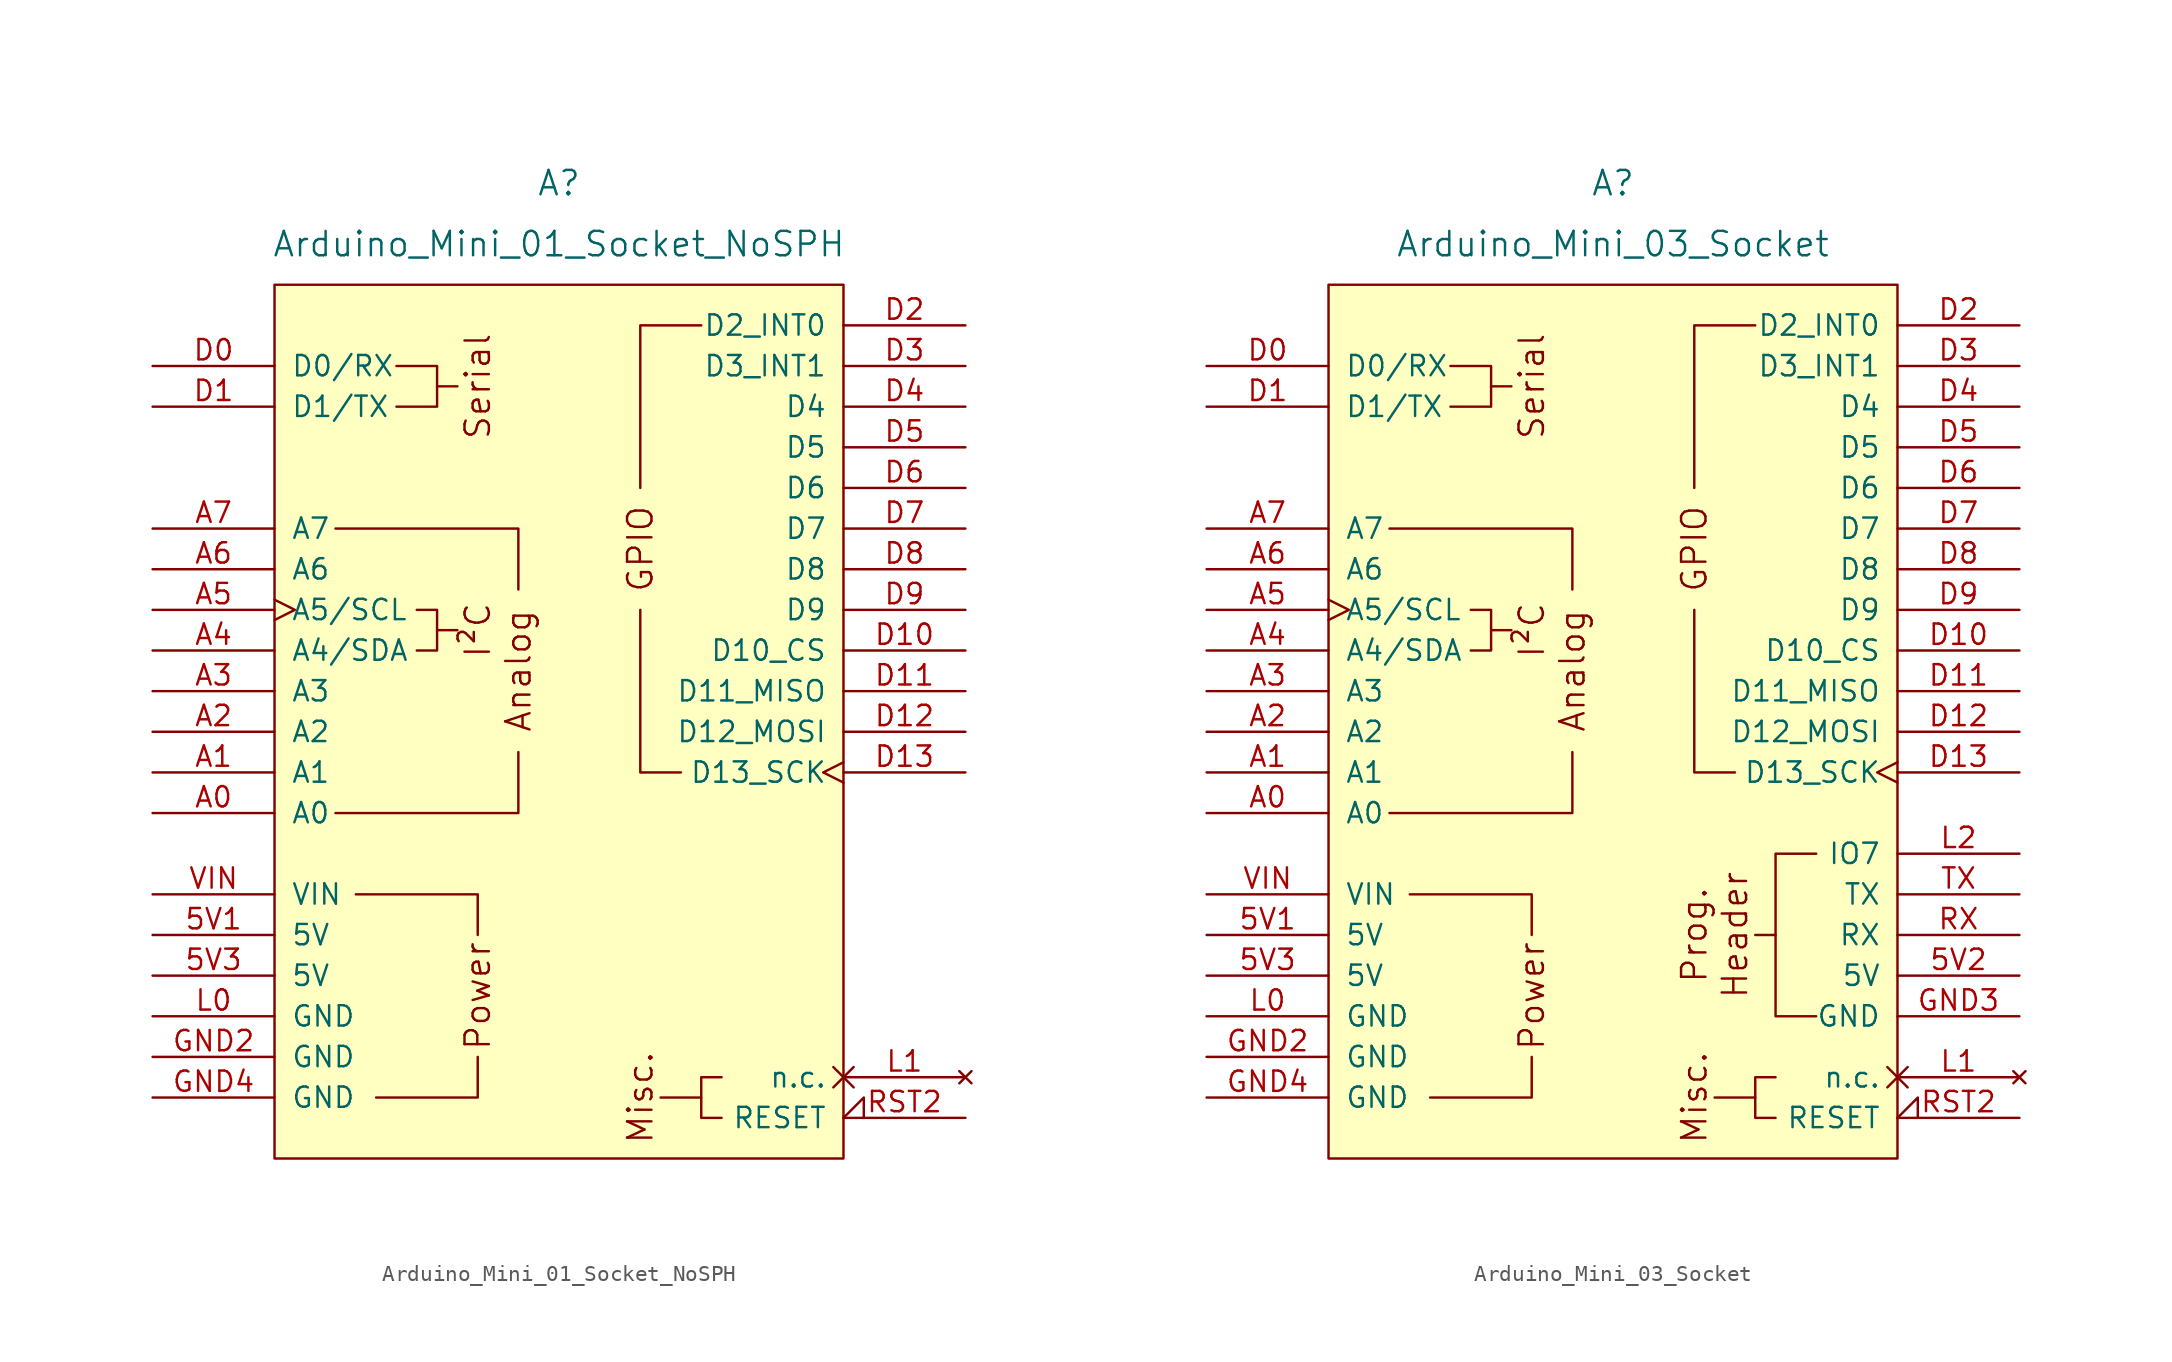
<source format=kicad_sym>
(kicad_symbol_lib
  (version 20241209)
  (generator "kicad_symbol_editor")
  (generator_version "9.0")
  (symbol "Arduino_Mini_01_Socket_NoSPH"
    (pin_names
      (offset 1.016))
    (property "Reference" "A"
      (at 0 34.29 0)
      (effects (font (size 1.524 1.524))))
    (property "Value" "Arduino_Mini_01_Socket_NoSPH"
      (at 0 30.48 0)
      (effects (font (size 1.524 1.524))))
    (symbol "Arduino_Mini_01_Socket_NoSPH_0_0"
      (rectangle (start -17.78 27.94) (end 17.78 -26.67) (stroke (width 0) (type default)) (fill (type background)))
      (polyline (pts (xy -11.43 -22.86) (xy -5.08 -22.86) (xy -5.08 -20.32)) (stroke (width 0) (type default)) (fill (type none)))
      (polyline (pts (xy -10.16 22.86) (xy -7.62 22.86) (xy -7.62 20.32) (xy -10.16 20.32)) (stroke (width 0) (type default)) (fill (type none)))
      (polyline (pts (xy -8.89 7.62) (xy -7.62 7.62) (xy -7.62 5.08) (xy -8.89 5.08)) (stroke (width 0) (type default)) (fill (type none)))
      (polyline (pts (xy -7.62 21.59) (xy -6.35 21.59)) (stroke (width 0) (type default)) (fill (type none)))
      (polyline (pts (xy -7.62 6.35) (xy -6.35 6.35)) (stroke (width 0) (type default)) (fill (type none)))
      (polyline (pts (xy -5.08 -12.7) (xy -5.08 -10.16) (xy -12.7 -10.16)) (stroke (width 0) (type default)) (fill (type none)))
      (polyline (pts (xy -2.54 8.89) (xy -2.54 12.7) (xy -13.97 12.7)) (stroke (width 0) (type default)) (fill (type none)))
      (polyline (pts (xy -2.54 -1.27) (xy -2.54 -5.08) (xy -13.97 -5.08)) (stroke (width 0) (type default)) (fill (type none)))
      (polyline (pts (xy 8.89 -22.86) (xy 6.35 -22.86)) (stroke (width 0) (type default)) (fill (type none)))
      (text "Serial" (at -5.08 21.59 900) (effects (font (size 1.524 1.524))))
      (text "I²C" (at -5.08 6.35 900) (effects (font (size 1.524 1.524))))
      (text "Power" (at -5.08 -16.51 900) (effects (font (size 1.524 1.524))))
      (text "Analog" (at -2.54 3.81 900) (effects (font (size 1.524 1.524))))
      (text "Misc." (at 5.08 -22.86 900) (effects (font (size 1.524 1.524)))))
    (symbol "Arduino_Mini_01_Socket_NoSPH_0_1"
      (polyline (pts (xy 7.62 -2.54) (xy 5.08 -2.54) (xy 5.08 7.62)) (stroke (width 0) (type default)) (fill (type none)))
      (polyline (pts (xy 8.89 25.4) (xy 5.08 25.4) (xy 5.08 15.24)) (stroke (width 0) (type default)) (fill (type none)))
      (polyline (pts (xy 10.16 -21.59) (xy 8.89 -21.59) (xy 8.89 -24.13) (xy 10.16 -24.13)) (stroke (width 0) (type default)) (fill (type none))))
    (symbol "Arduino_Mini_01_Socket_NoSPH_1_0"
      (text "GPIO" (at 5.08 11.43 900) (effects (font (size 1.524 1.524)))))
    (symbol "Arduino_Mini_01_Socket_NoSPH_1_1"
      (pin bidirectional line (at -25.4 22.86 0) (length 7.62) (name "D0/RX" (effects (font (size 1.27 1.27)))) (number "D0" (effects (font (size 1.27 1.27)))))
      (pin bidirectional line (at -25.4 20.32 0) (length 7.62) (name "D1/TX" (effects (font (size 1.27 1.27)))) (number "D1" (effects (font (size 1.27 1.27)))))
      (pin input line (at -25.4 12.7 0) (length 7.62) (name "A7" (effects (font (size 1.27 1.27)))) (number "A7" (effects (font (size 1.27 1.27)))))
      (pin input line (at -25.4 10.16 0) (length 7.62) (name "A6" (effects (font (size 1.27 1.27)))) (number "A6" (effects (font (size 1.27 1.27)))))
      (pin bidirectional clock (at -25.4 7.62 0) (length 7.62) (name "A5/SCL" (effects (font (size 1.27 1.27)))) (number "A5" (effects (font (size 1.27 1.27)))))
      (pin bidirectional line (at -25.4 5.08 0) (length 7.62) (name "A4/SDA" (effects (font (size 1.27 1.27)))) (number "A4" (effects (font (size 1.27 1.27)))))
      (pin bidirectional line (at -25.4 2.54 0) (length 7.62) (name "A3" (effects (font (size 1.27 1.27)))) (number "A3" (effects (font (size 1.27 1.27)))))
      (pin bidirectional line (at -25.4 0 0) (length 7.62) (name "A2" (effects (font (size 1.27 1.27)))) (number "A2" (effects (font (size 1.27 1.27)))))
      (pin bidirectional line (at -25.4 -2.54 0) (length 7.62) (name "A1" (effects (font (size 1.27 1.27)))) (number "A1" (effects (font (size 1.27 1.27)))))
      (pin bidirectional line (at -25.4 -5.08 0) (length 7.62) (name "A0" (effects (font (size 1.27 1.27)))) (number "A0" (effects (font (size 1.27 1.27)))))
      (pin power_in line (at -25.4 -10.16 0) (length 7.62) (name "VIN" (effects (font (size 1.27 1.27)))) (number "VIN" (effects (font (size 1.27 1.27)))))
      (pin power_in line (at -25.4 -12.7 0) (length 7.62) (name "5V" (effects (font (size 1.27 1.27)))) (number "5V1" (effects (font (size 1.27 1.27)))))
      (pin power_in line (at -25.4 -15.24 0) (length 7.62) (name "5V" (effects (font (size 1.27 1.27)))) (number "5V3" (effects (font (size 1.27 1.27)))))
      (pin power_in line (at -25.4 -17.78 0) (length 7.62) (name "GND" (effects (font (size 1.27 1.27)))) (number "L0" (effects (font (size 1.27 1.27)))))
      (pin power_in line (at -25.4 -20.32 0) (length 7.62) (name "GND" (effects (font (size 1.27 1.27)))) (number "GND2" (effects (font (size 1.27 1.27)))))
      (pin power_in line (at -25.4 -22.86 0) (length 7.62) (name "GND" (effects (font (size 1.27 1.27)))) (number "GND4" (effects (font (size 1.27 1.27)))))
      (pin bidirectional line (at 25.4 25.4 180) (length 7.62) (name "D2_INT0" (effects (font (size 1.27 1.27)))) (number "D2" (effects (font (size 1.27 1.27)))))
      (pin bidirectional line (at 25.4 22.86 180) (length 7.62) (name "D3_INT1" (effects (font (size 1.27 1.27)))) (number "D3" (effects (font (size 1.27 1.27)))))
      (pin bidirectional line (at 25.4 20.32 180) (length 7.62) (name "D4" (effects (font (size 1.27 1.27)))) (number "D4" (effects (font (size 1.27 1.27)))))
      (pin bidirectional line (at 25.4 17.78 180) (length 7.62) (name "D5" (effects (font (size 1.27 1.27)))) (number "D5" (effects (font (size 1.27 1.27)))))
      (pin bidirectional line (at 25.4 15.24 180) (length 7.62) (name "D6" (effects (font (size 1.27 1.27)))) (number "D6" (effects (font (size 1.27 1.27)))))
      (pin bidirectional line (at 25.4 12.7 180) (length 7.62) (name "D7" (effects (font (size 1.27 1.27)))) (number "D7" (effects (font (size 1.27 1.27)))))
      (pin bidirectional line (at 25.4 10.16 180) (length 7.62) (name "D8" (effects (font (size 1.27 1.27)))) (number "D8" (effects (font (size 1.27 1.27)))))
      (pin bidirectional line (at 25.4 7.62 180) (length 7.62) (name "D9" (effects (font (size 1.27 1.27)))) (number "D9" (effects (font (size 1.27 1.27)))))
      (pin bidirectional line (at 25.4 5.08 180) (length 7.62) (name "D10_CS" (effects (font (size 1.27 1.27)))) (number "D10" (effects (font (size 1.27 1.27)))))
      (pin bidirectional line (at 25.4 2.54 180) (length 7.62) (name "D11_MISO" (effects (font (size 1.27 1.27)))) (number "D11" (effects (font (size 1.27 1.27)))))
      (pin bidirectional line (at 25.4 0 180) (length 7.62) (name "D12_MOSI" (effects (font (size 1.27 1.27)))) (number "D12" (effects (font (size 1.27 1.27)))))
      (pin bidirectional clock (at 25.4 -2.54 180) (length 7.62) (name "D13_SCK" (effects (font (size 1.27 1.27)))) (number "D13" (effects (font (size 1.27 1.27)))))
      (pin no_connect non_logic (at 25.4 -21.59 180) (length 7.62) (name "n.c." (effects (font (size 1.27 1.27)))) (number "L1" (effects (font (size 1.27 1.27)))))
      (pin open_collector input_low (at 25.4 -24.13 180) (length 7.62) (name "RESET" (effects (font (size 1.27 1.27)))) (number "RST2" (effects (font (size 1.27 1.27)))))))
  (symbol "Arduino_Mini_03_Socket"
    (pin_names
      (offset 1.016))
    (property "Reference" "A"
      (at 0 34.29 0)
      (effects (font (size 1.524 1.524))))
    (property "Value" "Arduino_Mini_03_Socket"
      (at 0 30.48 0)
      (effects (font (size 1.524 1.524))))
    (symbol "Arduino_Mini_03_Socket_0_0"
      (rectangle (start -17.78 27.94) (end 17.78 -26.67) (stroke (width 0) (type default)) (fill (type background)))
      (polyline (pts (xy -11.43 -22.86) (xy -5.08 -22.86) (xy -5.08 -20.32)) (stroke (width 0) (type default)) (fill (type none)))
      (polyline (pts (xy -10.16 22.86) (xy -7.62 22.86) (xy -7.62 20.32) (xy -10.16 20.32)) (stroke (width 0) (type default)) (fill (type none)))
      (polyline (pts (xy -8.89 7.62) (xy -7.62 7.62) (xy -7.62 5.08) (xy -8.89 5.08)) (stroke (width 0) (type default)) (fill (type none)))
      (polyline (pts (xy -7.62 21.59) (xy -6.35 21.59)) (stroke (width 0) (type default)) (fill (type none)))
      (polyline (pts (xy -7.62 6.35) (xy -6.35 6.35)) (stroke (width 0) (type default)) (fill (type none)))
      (polyline (pts (xy -5.08 -12.7) (xy -5.08 -10.16) (xy -12.7 -10.16)) (stroke (width 0) (type default)) (fill (type none)))
      (polyline (pts (xy -2.54 8.89) (xy -2.54 12.7) (xy -13.97 12.7)) (stroke (width 0) (type default)) (fill (type none)))
      (polyline (pts (xy -2.54 -1.27) (xy -2.54 -5.08) (xy -13.97 -5.08)) (stroke (width 0) (type default)) (fill (type none)))
      (polyline (pts (xy 8.89 -22.86) (xy 6.35 -22.86)) (stroke (width 0) (type default)) (fill (type none)))
      (polyline (pts (xy 10.16 -12.7) (xy 10.16 -17.78) (xy 12.7 -17.78)) (stroke (width 0) (type default)) (fill (type none)))
      (polyline (pts (xy 12.7 -7.62) (xy 10.16 -7.62) (xy 10.16 -12.7) (xy 8.89 -12.7)) (stroke (width 0) (type default)) (fill (type none)))
      (text "Serial" (at -5.08 21.59 900) (effects (font (size 1.524 1.524))))
      (text "I²C" (at -5.08 6.35 900) (effects (font (size 1.524 1.524))))
      (text "Power" (at -5.08 -16.51 900) (effects (font (size 1.524 1.524))))
      (text "Analog" (at -2.54 3.81 900) (effects (font (size 1.524 1.524))))
      (text "Prog." (at 5.08 -12.7 900) (effects (font (size 1.524 1.524))))
      (text "Misc." (at 5.08 -22.86 900) (effects (font (size 1.524 1.524))))
      (text "Header" (at 7.62 -12.7 900) (effects (font (size 1.524 1.524)))))
    (symbol "Arduino_Mini_03_Socket_0_1"
      (polyline (pts (xy 7.62 -2.54) (xy 5.08 -2.54) (xy 5.08 7.62)) (stroke (width 0) (type default)) (fill (type none)))
      (polyline (pts (xy 8.89 25.4) (xy 5.08 25.4) (xy 5.08 15.24)) (stroke (width 0) (type default)) (fill (type none)))
      (polyline (pts (xy 10.16 -21.59) (xy 8.89 -21.59) (xy 8.89 -24.13) (xy 10.16 -24.13)) (stroke (width 0) (type default)) (fill (type none))))
    (symbol "Arduino_Mini_03_Socket_1_0"
      (text "GPIO" (at 5.08 11.43 900) (effects (font (size 1.524 1.524)))))
    (symbol "Arduino_Mini_03_Socket_1_1"
      (pin bidirectional line (at -25.4 22.86 0) (length 7.62) (name "D0/RX" (effects (font (size 1.27 1.27)))) (number "D0" (effects (font (size 1.27 1.27)))))
      (pin bidirectional line (at -25.4 20.32 0) (length 7.62) (name "D1/TX" (effects (font (size 1.27 1.27)))) (number "D1" (effects (font (size 1.27 1.27)))))
      (pin input line (at -25.4 12.7 0) (length 7.62) (name "A7" (effects (font (size 1.27 1.27)))) (number "A7" (effects (font (size 1.27 1.27)))))
      (pin input line (at -25.4 10.16 0) (length 7.62) (name "A6" (effects (font (size 1.27 1.27)))) (number "A6" (effects (font (size 1.27 1.27)))))
      (pin bidirectional clock (at -25.4 7.62 0) (length 7.62) (name "A5/SCL" (effects (font (size 1.27 1.27)))) (number "A5" (effects (font (size 1.27 1.27)))))
      (pin bidirectional line (at -25.4 5.08 0) (length 7.62) (name "A4/SDA" (effects (font (size 1.27 1.27)))) (number "A4" (effects (font (size 1.27 1.27)))))
      (pin bidirectional line (at -25.4 2.54 0) (length 7.62) (name "A3" (effects (font (size 1.27 1.27)))) (number "A3" (effects (font (size 1.27 1.27)))))
      (pin bidirectional line (at -25.4 0 0) (length 7.62) (name "A2" (effects (font (size 1.27 1.27)))) (number "A2" (effects (font (size 1.27 1.27)))))
      (pin bidirectional line (at -25.4 -2.54 0) (length 7.62) (name "A1" (effects (font (size 1.27 1.27)))) (number "A1" (effects (font (size 1.27 1.27)))))
      (pin bidirectional line (at -25.4 -5.08 0) (length 7.62) (name "A0" (effects (font (size 1.27 1.27)))) (number "A0" (effects (font (size 1.27 1.27)))))
      (pin power_in line (at -25.4 -10.16 0) (length 7.62) (name "VIN" (effects (font (size 1.27 1.27)))) (number "VIN" (effects (font (size 1.27 1.27)))))
      (pin power_in line (at -25.4 -12.7 0) (length 7.62) (name "5V" (effects (font (size 1.27 1.27)))) (number "5V1" (effects (font (size 1.27 1.27)))))
      (pin power_in line (at -25.4 -15.24 0) (length 7.62) (name "5V" (effects (font (size 1.27 1.27)))) (number "5V3" (effects (font (size 1.27 1.27)))))
      (pin power_in line (at -25.4 -17.78 0) (length 7.62) (name "GND" (effects (font (size 1.27 1.27)))) (number "L0" (effects (font (size 1.27 1.27)))))
      (pin power_in line (at -25.4 -20.32 0) (length 7.62) (name "GND" (effects (font (size 1.27 1.27)))) (number "GND2" (effects (font (size 1.27 1.27)))))
      (pin power_in line (at -25.4 -22.86 0) (length 7.62) (name "GND" (effects (font (size 1.27 1.27)))) (number "GND4" (effects (font (size 1.27 1.27)))))
      (pin bidirectional line (at 25.4 25.4 180) (length 7.62) (name "D2_INT0" (effects (font (size 1.27 1.27)))) (number "D2" (effects (font (size 1.27 1.27)))))
      (pin bidirectional line (at 25.4 22.86 180) (length 7.62) (name "D3_INT1" (effects (font (size 1.27 1.27)))) (number "D3" (effects (font (size 1.27 1.27)))))
      (pin bidirectional line (at 25.4 20.32 180) (length 7.62) (name "D4" (effects (font (size 1.27 1.27)))) (number "D4" (effects (font (size 1.27 1.27)))))
      (pin bidirectional line (at 25.4 17.78 180) (length 7.62) (name "D5" (effects (font (size 1.27 1.27)))) (number "D5" (effects (font (size 1.27 1.27)))))
      (pin bidirectional line (at 25.4 15.24 180) (length 7.62) (name "D6" (effects (font (size 1.27 1.27)))) (number "D6" (effects (font (size 1.27 1.27)))))
      (pin bidirectional line (at 25.4 12.7 180) (length 7.62) (name "D7" (effects (font (size 1.27 1.27)))) (number "D7" (effects (font (size 1.27 1.27)))))
      (pin bidirectional line (at 25.4 10.16 180) (length 7.62) (name "D8" (effects (font (size 1.27 1.27)))) (number "D8" (effects (font (size 1.27 1.27)))))
      (pin bidirectional line (at 25.4 7.62 180) (length 7.62) (name "D9" (effects (font (size 1.27 1.27)))) (number "D9" (effects (font (size 1.27 1.27)))))
      (pin bidirectional line (at 25.4 5.08 180) (length 7.62) (name "D10_CS" (effects (font (size 1.27 1.27)))) (number "D10" (effects (font (size 1.27 1.27)))))
      (pin bidirectional line (at 25.4 2.54 180) (length 7.62) (name "D11_MISO" (effects (font (size 1.27 1.27)))) (number "D11" (effects (font (size 1.27 1.27)))))
      (pin bidirectional line (at 25.4 0 180) (length 7.62) (name "D12_MOSI" (effects (font (size 1.27 1.27)))) (number "D12" (effects (font (size 1.27 1.27)))))
      (pin bidirectional clock (at 25.4 -2.54 180) (length 7.62) (name "D13_SCK" (effects (font (size 1.27 1.27)))) (number "D13" (effects (font (size 1.27 1.27)))))
      (pin bidirectional line (at 25.4 -7.62 180) (length 7.62) (name "IO7" (effects (font (size 1.27 1.27)))) (number "L2" (effects (font (size 1.27 1.27)))))
      (pin bidirectional line (at 25.4 -10.16 180) (length 7.62) (name "TX" (effects (font (size 1.27 1.27)))) (number "TX" (effects (font (size 1.27 1.27)))))
      (pin bidirectional line (at 25.4 -12.7 180) (length 7.62) (name "RX" (effects (font (size 1.27 1.27)))) (number "RX" (effects (font (size 1.27 1.27)))))
      (pin power_in line (at 25.4 -15.24 180) (length 7.62) (name "5V" (effects (font (size 1.27 1.27)))) (number "5V2" (effects (font (size 1.27 1.27)))))
      (pin power_in line (at 25.4 -17.78 180) (length 7.62) (name "GND" (effects (font (size 1.27 1.27)))) (number "GND3" (effects (font (size 1.27 1.27)))))
      (pin no_connect non_logic (at 25.4 -21.59 180) (length 7.62) (name "n.c." (effects (font (size 1.27 1.27)))) (number "L1" (effects (font (size 1.27 1.27)))))
      (pin open_collector input_low (at 25.4 -24.13 180) (length 7.62) (name "RESET" (effects (font (size 1.27 1.27)))) (number "RST2" (effects (font (size 1.27 1.27))))))))
</source>
